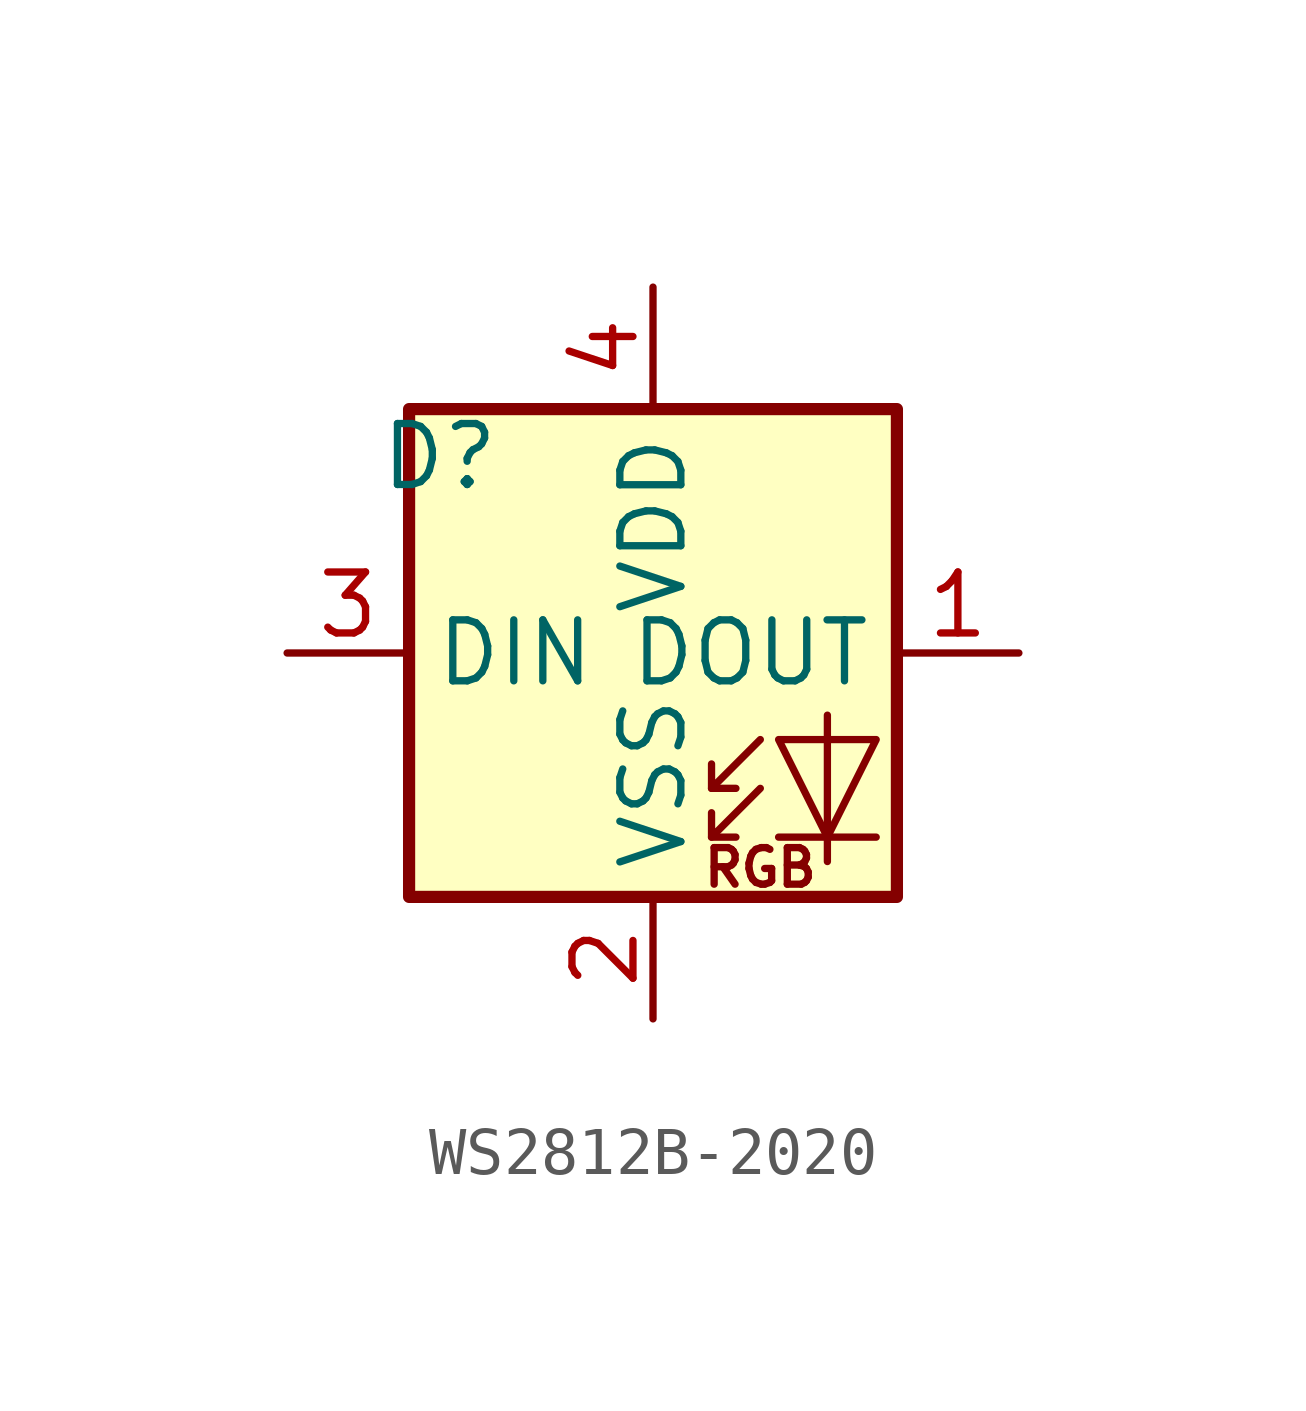
<source format=kicad_sym>
(kicad_symbol_lib
  (version 20220914)
  (generator kicad_symbol_editor)
  (symbol "WS2812B-2020"
    (property "Reference" "D"
      (at -4.445 4.089 0)
      (effects (font (size 1.27 1.27))))
    (property "Value" ""
      (at 0 0 0)
      (effects (font (size 1.27 1.27))))
    (symbol "WS2812B-2020_0_0"
      (text "RGB" (at 2.235 -4.47 0) (effects (font (size 0.762 0.762)))))
    (symbol "WS2812B-2020_0_1"
      (rectangle (start -5.08 5.08) (end 5.08 -5.08) (stroke (width 0.254) (type default)) (fill (type background)))
      (polyline (pts (xy 1.219 -3.835) (xy 1.727 -3.835)) (stroke (width 0) (type default)) (fill (type none)))
      (polyline (pts (xy 1.219 -2.819) (xy 1.727 -2.819)) (stroke (width 0) (type default)) (fill (type none)))
      (polyline (pts (xy 4.648 -3.835) (xy 2.616 -3.835)) (stroke (width 0) (type default)) (fill (type none)))
      (polyline (pts (xy 2.235 -2.819) (xy 1.219 -3.835) (xy 1.219 -3.327)) (stroke (width 0) (type default)) (fill (type none)))
      (polyline (pts (xy 2.235 -1.803) (xy 1.219 -2.819) (xy 1.219 -2.311)) (stroke (width 0) (type default)) (fill (type none)))
      (polyline (pts (xy 3.632 -1.295) (xy 3.632 -3.835) (xy 3.632 -4.343)) (stroke (width 0) (type default)) (fill (type none)))
      (polyline (pts (xy 4.648 -1.803) (xy 2.616 -1.803) (xy 3.632 -3.835) (xy 4.648 -1.803)) (stroke (width 0) (type default)) (fill (type none))))
    (symbol "WS2812B-2020_1_1"
      (pin output line (at 7.62 0 180) (length 2.54) (name "DOUT" (effects (font (size 1.27 1.27)))) (number "1" (effects (font (size 1.27 1.27)))))
      (pin power_in line (at 0 -7.62 90) (length 2.54) (name "VSS" (effects (font (size 1.27 1.27)))) (number "2" (effects (font (size 1.27 1.27)))))
      (pin input line (at -7.62 0 0) (length 2.54) (name "DIN" (effects (font (size 1.27 1.27)))) (number "3" (effects (font (size 1.27 1.27)))))
      (pin power_in line (at 0 7.62 270) (length 2.54) (name "VDD" (effects (font (size 1.27 1.27)))) (number "4" (effects (font (size 1.27 1.27))))))))
</source>
